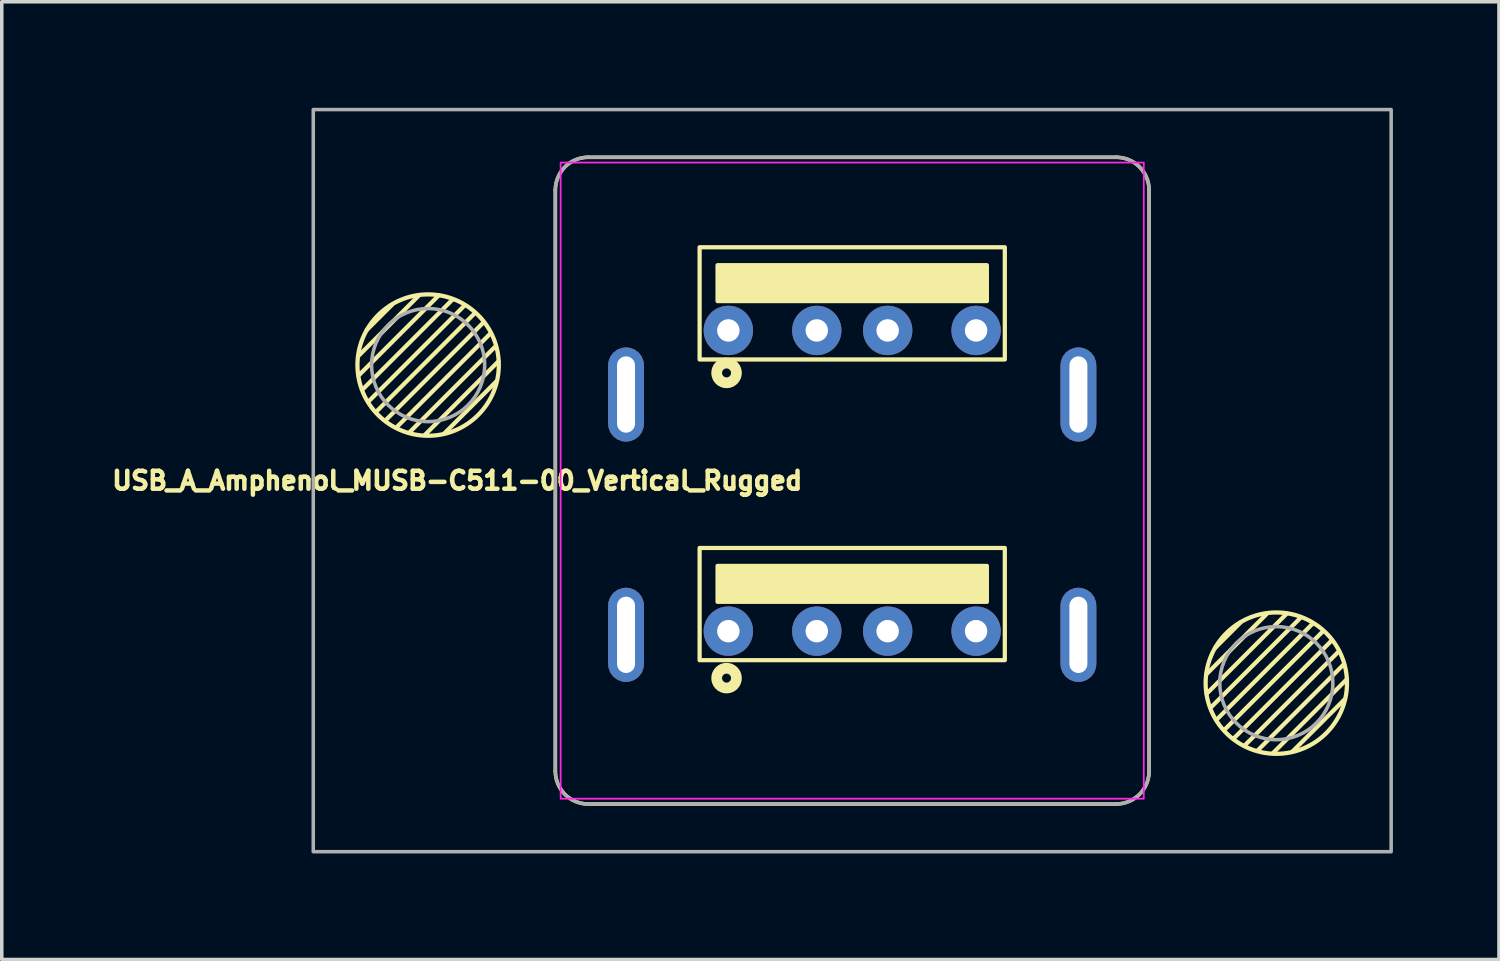
<source format=kicad_pcb>
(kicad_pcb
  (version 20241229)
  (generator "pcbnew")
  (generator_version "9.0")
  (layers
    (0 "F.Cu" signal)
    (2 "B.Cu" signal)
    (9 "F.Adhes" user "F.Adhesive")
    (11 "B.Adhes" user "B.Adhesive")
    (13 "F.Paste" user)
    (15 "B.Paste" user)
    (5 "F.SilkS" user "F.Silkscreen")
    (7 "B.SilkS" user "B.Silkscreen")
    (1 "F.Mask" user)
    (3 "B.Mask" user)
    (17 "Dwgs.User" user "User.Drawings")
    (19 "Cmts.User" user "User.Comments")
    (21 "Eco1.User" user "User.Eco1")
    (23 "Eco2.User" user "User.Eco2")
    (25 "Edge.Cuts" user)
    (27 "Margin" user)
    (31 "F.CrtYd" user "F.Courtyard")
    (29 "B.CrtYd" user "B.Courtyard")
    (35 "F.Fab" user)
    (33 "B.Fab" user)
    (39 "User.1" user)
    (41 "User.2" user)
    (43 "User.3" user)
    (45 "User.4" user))
  (footprint "USB_A_Amphenol_MUSB-C511-00_Vertical_Rugged"
    (layer "F.Cu")
    (at 21.064 10.55)
    (property "Reference" "USB_A_Amphenol_MUSB-C511-00_Vertical_Rugged" (at -11.176 0 0) (layer "F.SilkS") (effects (font (size 0.508 0.508) (thickness 0.127))))
    (attr through_hole)
    (fp_line (start -13.981 -3.52) (end -12.268 -5.232) (stroke (width 0.12) (type default)) (layer "F.SilkS"))
    (fp_line (start -13.02 -4.978) (end -13.731 -4.267) (stroke (width 0.12) (type default)) (layer "F.SilkS"))
    (fp_line (start -11.699 -5.243) (end -13.969 -2.973) (stroke (width 0.12) (type default)) (layer "F.SilkS"))
    (fp_line (start -11.314 -5.12) (end -13.843 -2.591) (stroke (width 0.12) (type default)) (layer "F.SilkS"))
    (fp_line (start -10.97 -4.956) (end -13.691 -2.235) (stroke (width 0.12) (type default)) (layer "F.SilkS"))
    (fp_line (start -10.698 -4.72) (end -13.474 -1.944) (stroke (width 0.12) (type default)) (layer "F.SilkS"))
    (fp_line (start -10.436 -4.474) (end -13.201 -1.709) (stroke (width 0.12) (type default)) (layer "F.SilkS"))
    (fp_line (start -10.251 -4.15) (end -12.897 -1.505) (stroke (width 0.12) (type default)) (layer "F.SilkS"))
    (fp_line (start -10.098 -3.796) (end -12.522 -1.372) (stroke (width 0.12) (type default)) (layer "F.SilkS"))
    (fp_line (start -10.067 -2.811) (end -11.542 -1.336) (stroke (width 0.12) (type default)) (layer "F.SilkS"))
    (fp_line (start -10.013 -3.373) (end -12.085 -1.301) (stroke (width 0.12) (type default)) (layer "F.SilkS"))
    (fp_line (start -8.4 -8.22) (end -8.4 8.22) (stroke (width 0.1) (type default)) (layer "F.SilkS"))
    (fp_line (start -7.47 9.15) (end 7.47 9.15) (stroke (width 0.1) (type default)) (layer "F.SilkS"))
    (fp_line (start 7.47 -9.15) (end -7.47 -9.15) (stroke (width 0.1) (type default)) (layer "F.SilkS"))
    (fp_line (start 8.4 8.22) (end 8.4 -8.22) (stroke (width 0.1) (type default)) (layer "F.SilkS"))
    (fp_line (start 10.019 5.48) (end 11.732 3.768) (stroke (width 0.12) (type default)) (layer "F.SilkS"))
    (fp_line (start 10.98 4.022) (end 10.269 4.733) (stroke (width 0.12) (type default)) (layer "F.SilkS"))
    (fp_line (start 12.301 3.757) (end 10.031 6.027) (stroke (width 0.12) (type default)) (layer "F.SilkS"))
    (fp_line (start 12.686 3.88) (end 10.157 6.409) (stroke (width 0.12) (type default)) (layer "F.SilkS"))
    (fp_line (start 13.03 4.044) (end 10.309 6.765) (stroke (width 0.12) (type default)) (layer "F.SilkS"))
    (fp_line (start 13.302 4.28) (end 10.526 7.056) (stroke (width 0.12) (type default)) (layer "F.SilkS"))
    (fp_line (start 13.564 4.526) (end 10.799 7.291) (stroke (width 0.12) (type default)) (layer "F.SilkS"))
    (fp_line (start 13.749 4.85) (end 11.103 7.495) (stroke (width 0.12) (type default)) (layer "F.SilkS"))
    (fp_line (start 13.902 5.204) (end 11.478 7.628) (stroke (width 0.12) (type default)) (layer "F.SilkS"))
    (fp_line (start 13.933 6.189) (end 12.458 7.664) (stroke (width 0.12) (type default)) (layer "F.SilkS"))
    (fp_line (start 13.987 5.627) (end 11.915 7.699) (stroke (width 0.12) (type default)) (layer "F.SilkS"))
    (fp_rect (start -4.318 -6.604) (end 4.318 -3.429) (stroke (width 0.12) (type default)) (fill no) (layer "F.SilkS"))
    (fp_rect (start -4.318 1.905) (end 4.318 5.08) (stroke (width 0.12) (type default)) (fill no) (layer "F.SilkS"))
    (fp_rect (start -3.81 -6.096) (end 3.81 -5.08) (stroke (width 0.12) (type solid)) (fill yes) (layer "F.SilkS"))
    (fp_rect (start -3.81 2.413) (end 3.81 3.429) (stroke (width 0.12) (type solid)) (fill yes) (layer "F.SilkS"))
    (fp_arc (start -8.4 -8.22) (mid -8.127609 -8.877609) (end -7.47 -9.15) (stroke (width 0.1) (type default)) (layer "F.SilkS"))
    (fp_arc (start -7.47 9.15) (mid -8.127609 8.877609) (end -8.4 8.22) (stroke (width 0.1) (type default)) (layer "F.SilkS"))
    (fp_arc (start 7.47 -9.15) (mid 8.127609 -8.877609) (end 8.4 -8.22) (stroke (width 0.1) (type default)) (layer "F.SilkS"))
    (fp_arc (start 8.4 8.22) (mid 8.127609 8.877609) (end 7.47 9.15) (stroke (width 0.1) (type default)) (layer "F.SilkS"))
    (fp_circle (center -12 -3.27) (end -10 -3.27) (stroke (width 0.12) (type default)) (fill no) (layer "F.SilkS"))
    (fp_circle (center -3.556 -3.048) (end -3.429 -3.048) (stroke (width 0.305) (type default)) (fill no) (layer "F.SilkS"))
    (fp_circle (center -3.556 5.588) (end -3.429 5.588) (stroke (width 0.305) (type default)) (fill no) (layer "F.SilkS"))
    (fp_circle (center 12 5.73) (end 14 5.73) (stroke (width 0.12) (type default)) (fill no) (layer "F.SilkS"))
    (fp_rect (start -8.25 -9) (end 8.25 9) (stroke (width 0.05) (type default)) (fill no) (layer "F.CrtYd"))
    (fp_line (start -8.4 -8.22) (end -8.4 8.22) (stroke (width 0.1) (type default)) (layer "F.Fab"))
    (fp_line (start -7.47 9.15) (end 7.47 9.15) (stroke (width 0.1) (type default)) (layer "F.Fab"))
    (fp_line (start 7.47 -9.15) (end -7.47 -9.15) (stroke (width 0.1) (type default)) (layer "F.Fab"))
    (fp_line (start 8.4 8.22) (end 8.4 -8.22) (stroke (width 0.1) (type default)) (layer "F.Fab"))
    (fp_rect (start -15.25 -10.5) (end 15.25 10.5) (stroke (width 0.1) (type default)) (fill no) (layer "F.Fab"))
    (fp_arc (start -8.4 -8.22) (mid -8.127609 -8.877609) (end -7.47 -9.15) (stroke (width 0.1) (type default)) (layer "F.Fab"))
    (fp_arc (start -7.47 9.15) (mid -8.127609 8.877609) (end -8.4 8.22) (stroke (width 0.1) (type default)) (layer "F.Fab"))
    (fp_arc (start 7.47 -9.15) (mid 8.12761 -8.87761) (end 8.4 -8.22) (stroke (width 0.1) (type default)) (layer "F.Fab"))
    (fp_arc (start 8.4 8.22) (mid 8.127609 8.877609) (end 7.47 9.15) (stroke (width 0.1) (type default)) (layer "F.Fab"))
    (fp_circle (center -12 -3.27) (end -10.4 -3.27) (stroke (width 0.1) (type default)) (fill no) (layer "F.Fab"))
    (fp_circle (center 12 5.73) (end 13.6 5.73) (stroke (width 0.1) (type default)) (fill no) (layer "F.Fab"))
    (pad "1" thru_hole circle (at -3.505 -4.25) (size 1.397 1.397) (drill 0.635) (layers "*.Cu" "*.Mask"))
    (pad "2" thru_hole circle (at -1.003 -4.25) (size 1.397 1.397) (drill 0.635) (layers "*.Cu" "*.Mask"))
    (pad "3" thru_hole circle (at 1.003 -4.25) (size 1.397 1.397) (drill 0.635) (layers "*.Cu" "*.Mask"))
    (pad "4" thru_hole circle (at 3.505 -4.25) (size 1.397 1.397) (drill 0.635) (layers "*.Cu" "*.Mask"))
    (pad "5" thru_hole circle (at -3.505 4.259) (size 1.397 1.397) (drill 0.635) (layers "*.Cu" "*.Mask"))
    (pad "6" thru_hole circle (at -1.003 4.259 180) (size 1.397 1.397) (drill 0.635) (layers "*.Cu" "*.Mask"))
    (pad "7" thru_hole circle (at 1.003 4.259 180) (size 1.397 1.397) (drill 0.635) (layers "*.Cu" "*.Mask"))
    (pad "8" thru_hole circle (at 3.505 4.259 180) (size 1.397 1.397) (drill 0.635) (layers "*.Cu" "*.Mask"))
    (pad "9" thru_hole roundrect (at -6.4 -2.437 180) (size 1.016 2.667) (drill oval 0.508 2.159) (layers "*.Cu" "*.Mask") (roundrect_rratio 0.5))
    (pad "9" thru_hole roundrect (at -6.4 4.363 180) (size 1.016 2.667) (drill oval 0.508 2.159) (layers "*.Cu" "*.Mask") (roundrect_rratio 0.5))
    (pad "9" thru_hole roundrect (at 6.4 -2.437 180) (size 1.016 2.667) (drill oval 0.508 2.159) (layers "*.Cu" "*.Mask") (roundrect_rratio 0.5))
    (pad "9" thru_hole roundrect (at 6.4 4.363 180) (size 1.016 2.667) (drill oval 0.508 2.159) (layers "*.Cu" "*.Mask") (roundrect_rratio 0.5)))
  (gr_rect
    (start -3 -3)
    (end 39.364 24.1)
    (stroke (width 0.1) (type default))
    (fill no)
    (layer "Edge.Cuts")))
</source>
